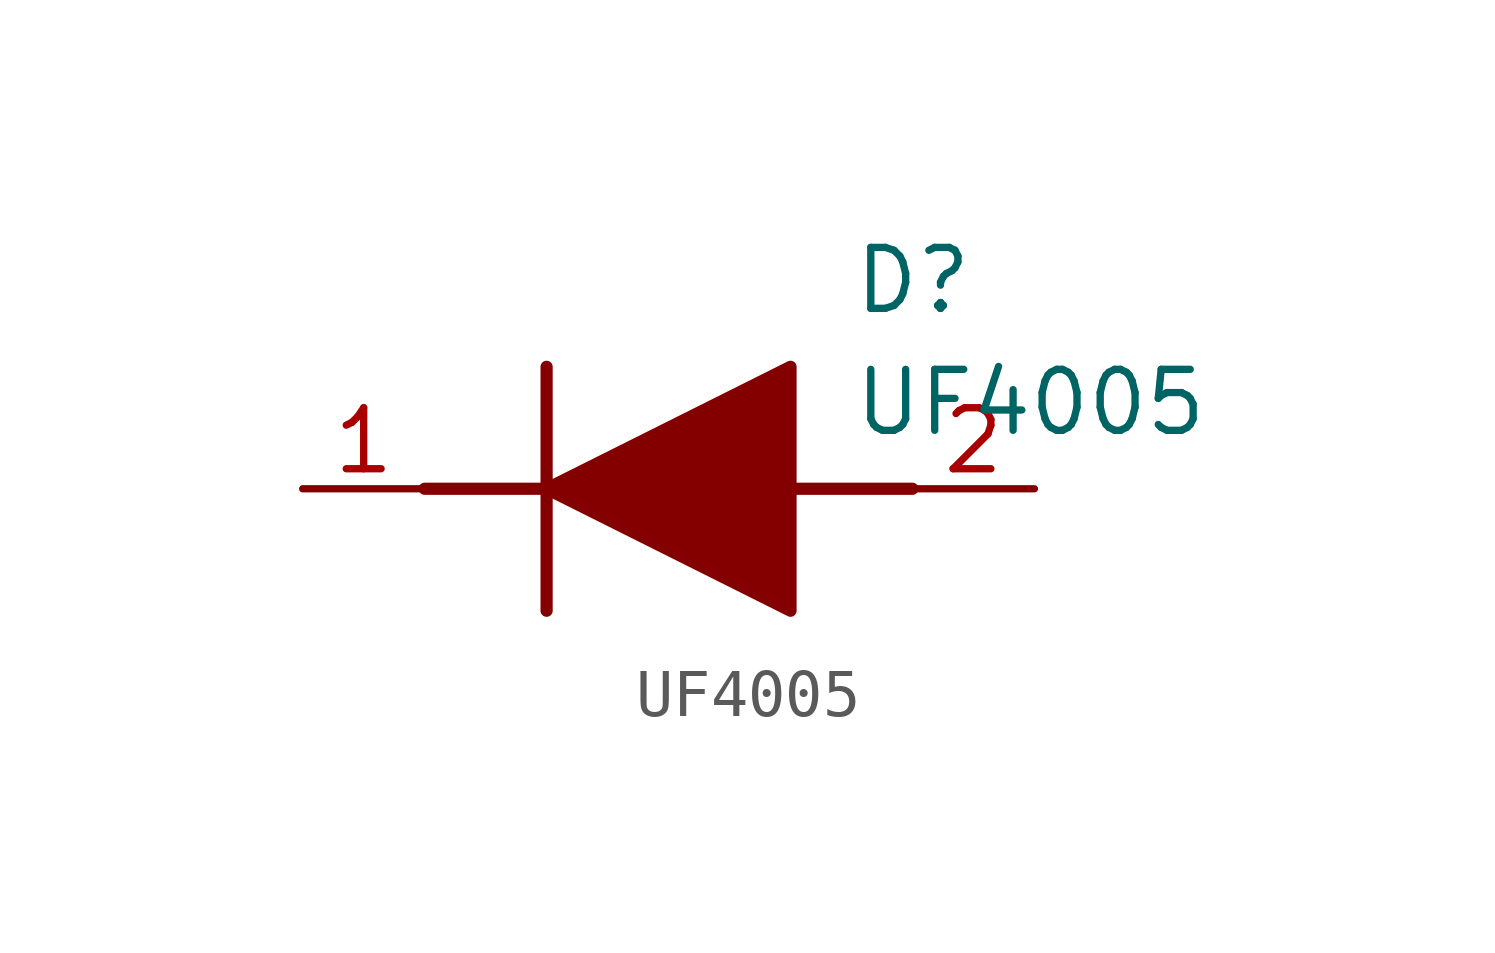
<source format=kicad_sym>
(kicad_symbol_lib
  (version 20211014)
  (generator SamacSys_ECAD_Model)
  (symbol "UF4005"
    (pin_names hide)
    (property "Reference" "D"
      (at 11.43 5.08 0)
      (effects (font (size 1.27 1.27)) (justify left top)))
    (property "Value" "UF4005"
      (at 11.43 2.54 0)
      (effects (font (size 1.27 1.27)) (justify left top)))
    (polyline
      (pts (xy 5.08 2.54) (xy 5.08 -2.54))
      (stroke (width 0.254) (type default))
      (fill (type none)))
    (polyline
      (pts (xy 2.54 0) (xy 5.08 0))
      (stroke (width 0.254) (type default))
      (fill (type none)))
    (polyline
      (pts (xy 10.16 0) (xy 12.7 0))
      (stroke (width 0.254) (type default))
      (fill (type none)))
    (polyline
      (pts (xy 5.08 0) (xy 10.16 2.54) (xy 10.16 -2.54) (xy 5.08 0))
      (stroke (width 0.254) (type default))
      (fill (type outline)))
    (pin passive line
      (at 0 0 0)
      (length 2.54)
      (name "K" (effects (font (size 1.27 1.27))))
      (number "1" (effects (font (size 1.27 1.27)))))
    (pin passive line
      (at 15.24 0 180)
      (length 2.54)
      (name "A" (effects (font (size 1.27 1.27))))
      (number "2" (effects (font (size 1.27 1.27)))))))
</source>
